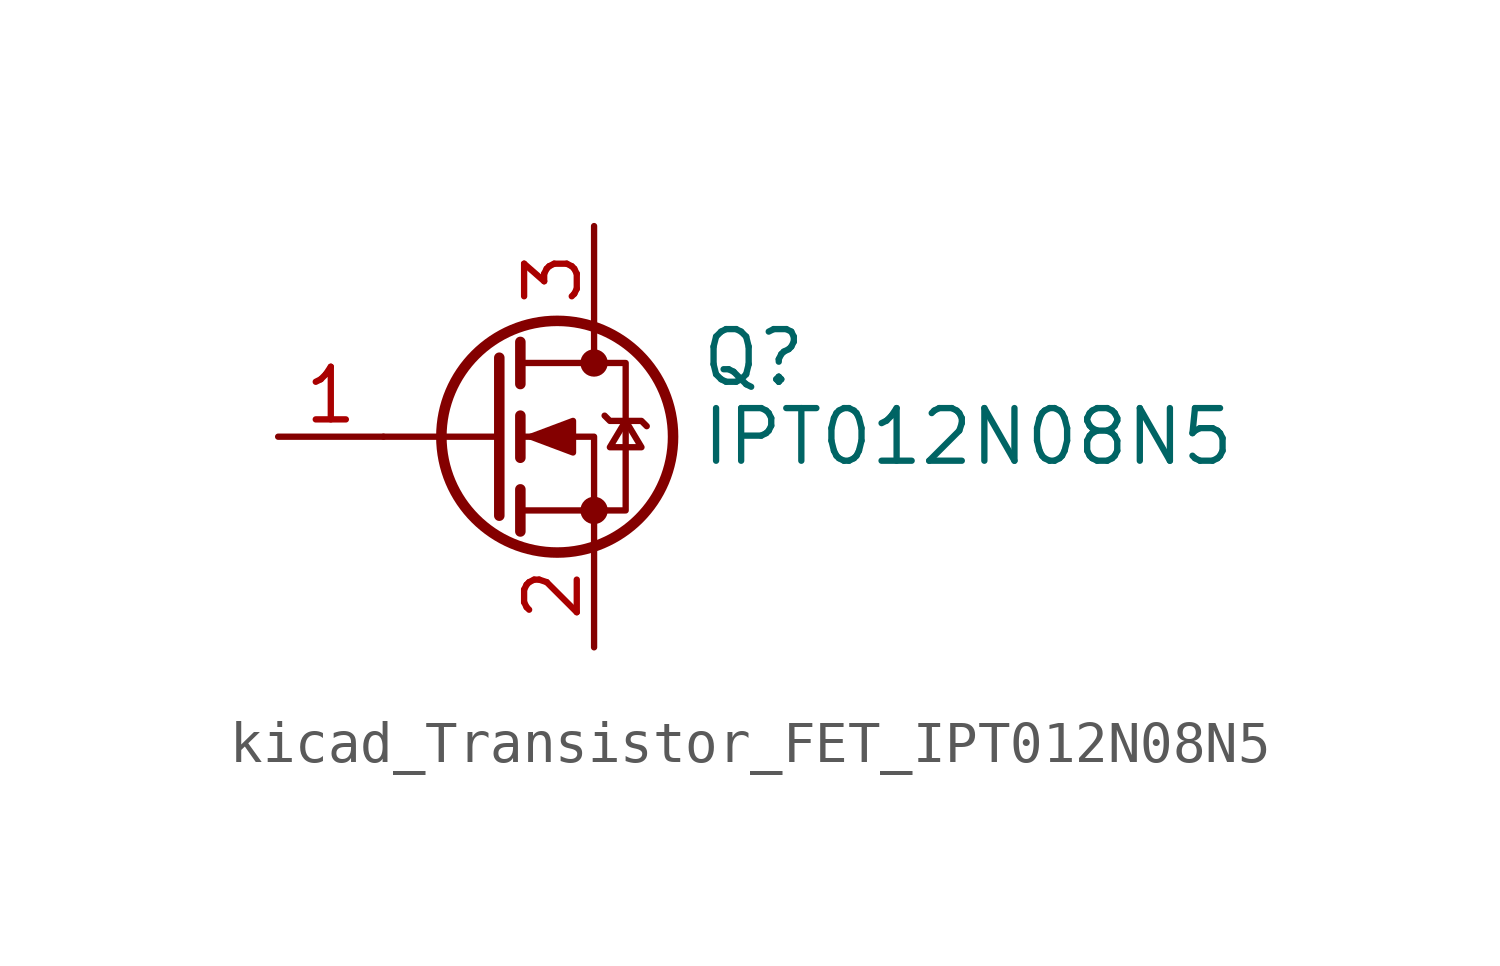
<source format=kicad_sym>
(kicad_symbol_lib
  (version 20220914)
  (generator kicad_symbol_editor)
  (symbol "kicad_Transistor_FET_IPT012N08N5"
    (pin_names hide)
    (property "Reference" "Q"
      (at 5.08 1.905 0)
      (effects (font (size 1.27 1.27)) (justify left)))
    (property "Value" "IPT012N08N5"
      (at 5.08 0 0)
      (effects (font (size 1.27 1.27)) (justify left)))
    (symbol "kicad_Transistor_FET_IPT012N08N5_0_1"
      (polyline (pts (xy 0.254 0) (xy -2.54 0)) (stroke (width 0) (type default)) (fill (type none)))
      (polyline (pts (xy 0.254 1.905) (xy 0.254 -1.905)) (stroke (width 0.254) (type default)) (fill (type none)))
      (polyline (pts (xy 0.762 -1.27) (xy 0.762 -2.286)) (stroke (width 0.254) (type default)) (fill (type none)))
      (polyline (pts (xy 0.762 0.508) (xy 0.762 -0.508)) (stroke (width 0.254) (type default)) (fill (type none)))
      (polyline (pts (xy 0.762 2.286) (xy 0.762 1.27)) (stroke (width 0.254) (type default)) (fill (type none)))
      (polyline (pts (xy 2.54 2.54) (xy 2.54 1.778)) (stroke (width 0) (type default)) (fill (type none)))
      (polyline (pts (xy 2.54 -2.54) (xy 2.54 0) (xy 0.762 0)) (stroke (width 0) (type default)) (fill (type none)))
      (polyline (pts (xy 0.762 -1.778) (xy 3.302 -1.778) (xy 3.302 1.778) (xy 0.762 1.778)) (stroke (width 0) (type default)) (fill (type none)))
      (polyline (pts (xy 1.016 0) (xy 2.032 0.381) (xy 2.032 -0.381) (xy 1.016 0)) (stroke (width 0) (type default)) (fill (type outline)))
      (polyline (pts (xy 2.794 0.508) (xy 2.921 0.381) (xy 3.683 0.381) (xy 3.81 0.254)) (stroke (width 0) (type default)) (fill (type none)))
      (polyline (pts (xy 3.302 0.381) (xy 2.921 -0.254) (xy 3.683 -0.254) (xy 3.302 0.381)) (stroke (width 0) (type default)) (fill (type none)))
      (circle (center 1.651 0) (radius 2.794) (stroke (width 0.254) (type default)) (fill (type none)))
      (circle (center 2.54 -1.778) (radius 0.254) (stroke (width 0) (type default)) (fill (type outline)))
      (circle (center 2.54 1.778) (radius 0.254) (stroke (width 0) (type default)) (fill (type outline))))
    (symbol "kicad_Transistor_FET_IPT012N08N5_1_1"
      (pin input line (at -5.08 0 0) (length 2.54) (name "G" (effects (font (size 1.27 1.27)))) (number "1" (effects (font (size 1.27 1.27)))))
      (pin passive line (at 2.54 -5.08 90) (length 2.54) (name "S" (effects (font (size 1.27 1.27)))) (number "2" (effects (font (size 1.27 1.27)))))
      (pin passive line (at 2.54 5.08 270) (length 2.54) (name "D" (effects (font (size 1.27 1.27)))) (number "3" (effects (font (size 1.27 1.27))))))))
</source>
